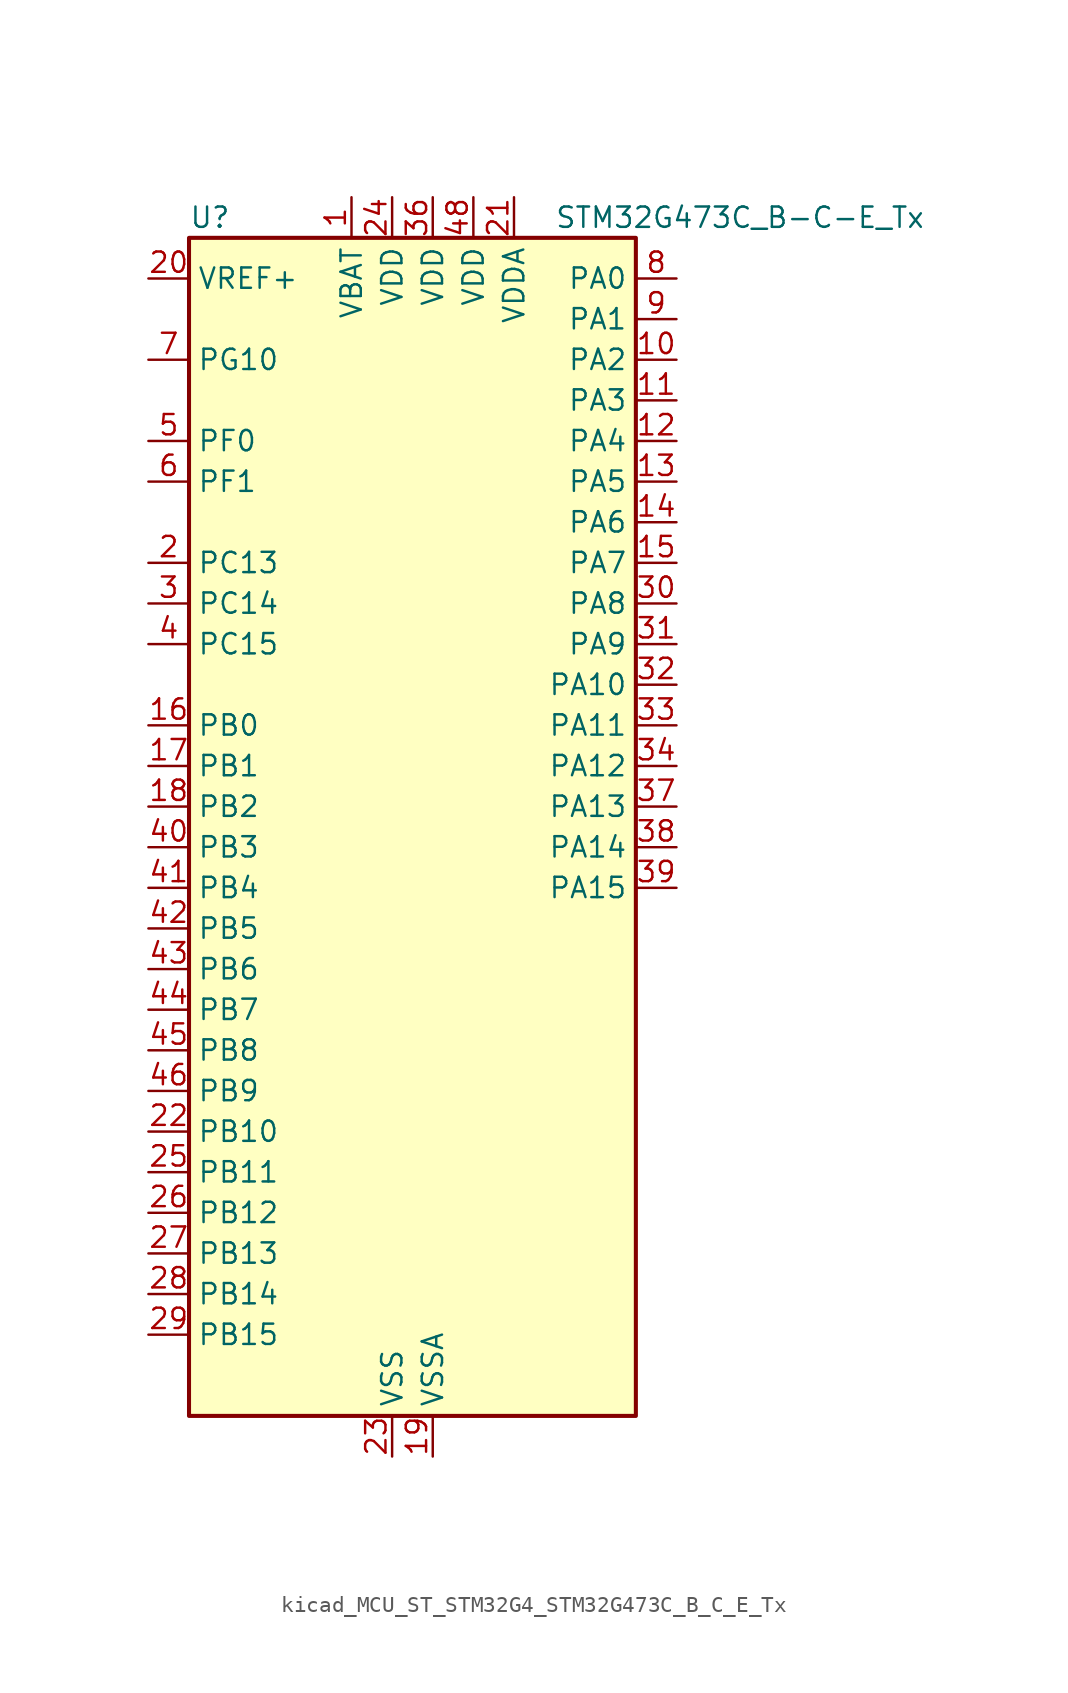
<source format=kicad_sym>
(kicad_symbol_lib
  (version 20220914)
  (generator kicad_symbol_editor)
  (symbol "kicad_MCU_ST_STM32G4_STM32G473C_B_C_E_Tx"
    (property "Reference" "U"
      (at -12.7 39.37 0)
      (effects (font (size 1.27 1.27)) (justify left)))
    (property "Value" "STM32G473C_B-C-E_Tx"
      (at 10.16 39.37 0)
      (effects (font (size 1.27 1.27)) (justify left)))
    (property "ki_locked" ""
      (at 0 0 0)
      (effects (font (size 1.27 1.27))))
    (symbol "kicad_MCU_ST_STM32G4_STM32G473C_B_C_E_Tx_0_1"
      (rectangle (start -12.7 -35.56) (end 15.24 38.1) (stroke (width 0.254) (type default)) (fill (type background))))
    (symbol "kicad_MCU_ST_STM32G4_STM32G473C_B_C_E_Tx_1_1"
      (pin power_in line (at -2.54 40.64 270) (length 2.54) (name "VBAT" (effects (font (size 1.27 1.27)))) (number "1" (effects (font (size 1.27 1.27)))))
      (pin bidirectional line (at 17.78 30.48 180) (length 2.54) (name "PA2" (effects (font (size 1.27 1.27)))) (number "10" (effects (font (size 1.27 1.27)))) (alternate "ADC1_IN3" bidirectional line) (alternate "ADC3_EXTI2" bidirectional line) (alternate "ADC4_EXTI2" bidirectional line) (alternate "ADC5_EXTI2" bidirectional line) (alternate "COMP2_INM" bidirectional line) (alternate "COMP2_OUT" bidirectional line) (alternate "LPUART1_TX" bidirectional line) (alternate "OPAMP1_VOUT" bidirectional line) (alternate "QUADSPI1_BK1_NCS" bidirectional line) (alternate "RCC_LSCO" bidirectional line) (alternate "SYS_WKUP4" bidirectional line) (alternate "TIM15_CH1" bidirectional line) (alternate "TIM2_CH3" bidirectional line) (alternate "TIM5_CH3" bidirectional line) (alternate "UCPD1_FRSTX1" bidirectional line) (alternate "UCPD1_FRSTX2" bidirectional line) (alternate "USART2_TX" bidirectional line))
      (pin bidirectional line (at 17.78 27.94 180) (length 2.54) (name "PA3" (effects (font (size 1.27 1.27)))) (number "11" (effects (font (size 1.27 1.27)))) (alternate "ADC1_IN4" bidirectional line) (alternate "ADC3_EXTI3" bidirectional line) (alternate "ADC4_EXTI3" bidirectional line) (alternate "ADC5_EXTI3" bidirectional line) (alternate "COMP2_INP" bidirectional line) (alternate "LPUART1_RX" bidirectional line) (alternate "OPAMP1_VINM" bidirectional line) (alternate "OPAMP1_VINM0" bidirectional line) (alternate "OPAMP1_VINM_SEC" bidirectional line) (alternate "OPAMP1_VINP" bidirectional line) (alternate "OPAMP1_VINP_SEC" bidirectional line) (alternate "OPAMP5_VINM" bidirectional line) (alternate "OPAMP5_VINM1" bidirectional line) (alternate "OPAMP5_VINM_SEC" bidirectional line) (alternate "QUADSPI1_CLK" bidirectional line) (alternate "SAI1_CK1" bidirectional line) (alternate "SAI1_MCLK_A" bidirectional line) (alternate "TIM15_CH2" bidirectional line) (alternate "TIM2_CH4" bidirectional line) (alternate "TIM5_CH4" bidirectional line) (alternate "USART2_RX" bidirectional line))
      (pin bidirectional line (at 17.78 25.4 180) (length 2.54) (name "PA4" (effects (font (size 1.27 1.27)))) (number "12" (effects (font (size 1.27 1.27)))) (alternate "ADC2_IN17" bidirectional line) (alternate "COMP1_INM" bidirectional line) (alternate "DAC1_OUT1" bidirectional line) (alternate "I2S3_WS" bidirectional line) (alternate "SAI1_FS_B" bidirectional line) (alternate "SPI1_NSS" bidirectional line) (alternate "SPI3_NSS" bidirectional line) (alternate "TIM3_CH2" bidirectional line) (alternate "USART2_CK" bidirectional line))
      (pin bidirectional line (at 17.78 22.86 180) (length 2.54) (name "PA5" (effects (font (size 1.27 1.27)))) (number "13" (effects (font (size 1.27 1.27)))) (alternate "ADC2_IN13" bidirectional line) (alternate "COMP2_INM" bidirectional line) (alternate "DAC1_OUT2" bidirectional line) (alternate "OPAMP2_VINM" bidirectional line) (alternate "OPAMP2_VINM0" bidirectional line) (alternate "OPAMP2_VINM_SEC" bidirectional line) (alternate "SPI1_SCK" bidirectional line) (alternate "TIM2_CH1" bidirectional line) (alternate "TIM2_ETR" bidirectional line) (alternate "UCPD1_FRSTX1" bidirectional line) (alternate "UCPD1_FRSTX2" bidirectional line))
      (pin bidirectional line (at 17.78 20.32 180) (length 2.54) (name "PA6" (effects (font (size 1.27 1.27)))) (number "14" (effects (font (size 1.27 1.27)))) (alternate "ADC2_IN3" bidirectional line) (alternate "COMP1_OUT" bidirectional line) (alternate "DAC2_OUT1" bidirectional line) (alternate "LPUART1_CTS" bidirectional line) (alternate "OPAMP2_VOUT" bidirectional line) (alternate "QUADSPI1_BK1_IO3" bidirectional line) (alternate "SPI1_MISO" bidirectional line) (alternate "TIM16_CH1" bidirectional line) (alternate "TIM1_BKIN" bidirectional line) (alternate "TIM3_CH1" bidirectional line) (alternate "TIM8_BKIN" bidirectional line))
      (pin bidirectional line (at 17.78 17.78 180) (length 2.54) (name "PA7" (effects (font (size 1.27 1.27)))) (number "15" (effects (font (size 1.27 1.27)))) (alternate "ADC2_IN4" bidirectional line) (alternate "COMP2_INP" bidirectional line) (alternate "COMP2_OUT" bidirectional line) (alternate "OPAMP1_VINP" bidirectional line) (alternate "OPAMP1_VINP_SEC" bidirectional line) (alternate "OPAMP2_VINP" bidirectional line) (alternate "OPAMP2_VINP_SEC" bidirectional line) (alternate "QUADSPI1_BK1_IO2" bidirectional line) (alternate "SPI1_MOSI" bidirectional line) (alternate "TIM17_CH1" bidirectional line) (alternate "TIM1_CH1N" bidirectional line) (alternate "TIM3_CH2" bidirectional line) (alternate "TIM8_CH1N" bidirectional line) (alternate "UCPD1_FRSTX1" bidirectional line) (alternate "UCPD1_FRSTX2" bidirectional line))
      (pin bidirectional line (at -15.24 7.62 0) (length 2.54) (name "PB0" (effects (font (size 1.27 1.27)))) (number "16" (effects (font (size 1.27 1.27)))) (alternate "ADC1_IN15" bidirectional line) (alternate "ADC3_IN12" bidirectional line) (alternate "COMP4_INP" bidirectional line) (alternate "OPAMP2_VINP" bidirectional line) (alternate "OPAMP2_VINP_SEC" bidirectional line) (alternate "OPAMP3_VINP" bidirectional line) (alternate "OPAMP3_VINP_SEC" bidirectional line) (alternate "QUADSPI1_BK1_IO1" bidirectional line) (alternate "TIM1_CH2N" bidirectional line) (alternate "TIM3_CH3" bidirectional line) (alternate "TIM8_CH2N" bidirectional line) (alternate "UCPD1_FRSTX1" bidirectional line) (alternate "UCPD1_FRSTX2" bidirectional line))
      (pin bidirectional line (at -15.24 5.08 0) (length 2.54) (name "PB1" (effects (font (size 1.27 1.27)))) (number "17" (effects (font (size 1.27 1.27)))) (alternate "ADC1_IN12" bidirectional line) (alternate "ADC3_IN1" bidirectional line) (alternate "COMP1_INP" bidirectional line) (alternate "COMP4_OUT" bidirectional line) (alternate "LPUART1_DE" bidirectional line) (alternate "LPUART1_RTS" bidirectional line) (alternate "OPAMP3_VOUT" bidirectional line) (alternate "OPAMP6_VINM" bidirectional line) (alternate "OPAMP6_VINM1" bidirectional line) (alternate "OPAMP6_VINM_SEC" bidirectional line) (alternate "QUADSPI1_BK1_IO0" bidirectional line) (alternate "TIM1_CH3N" bidirectional line) (alternate "TIM3_CH4" bidirectional line) (alternate "TIM8_CH3N" bidirectional line))
      (pin bidirectional line (at -15.24 2.54 0) (length 2.54) (name "PB2" (effects (font (size 1.27 1.27)))) (number "18" (effects (font (size 1.27 1.27)))) (alternate "ADC2_IN12" bidirectional line) (alternate "ADC3_EXTI2" bidirectional line) (alternate "ADC4_EXTI2" bidirectional line) (alternate "ADC5_EXTI2" bidirectional line) (alternate "COMP4_INM" bidirectional line) (alternate "I2C3_SMBA" bidirectional line) (alternate "LPTIM1_OUT" bidirectional line) (alternate "OPAMP3_VINM" bidirectional line) (alternate "OPAMP3_VINM0" bidirectional line) (alternate "OPAMP3_VINM_SEC" bidirectional line) (alternate "QUADSPI1_BK2_IO1" bidirectional line) (alternate "RTC_OUT2" bidirectional line) (alternate "TIM20_CH1" bidirectional line) (alternate "TIM5_CH1" bidirectional line))
      (pin power_in line (at 2.54 -38.1 90) (length 2.54) (name "VSSA" (effects (font (size 1.27 1.27)))) (number "19" (effects (font (size 1.27 1.27)))))
      (pin bidirectional line (at -15.24 17.78 0) (length 2.54) (name "PC13" (effects (font (size 1.27 1.27)))) (number "2" (effects (font (size 1.27 1.27)))) (alternate "RTC_OUT1" bidirectional line) (alternate "RTC_TAMP1" bidirectional line) (alternate "RTC_TS" bidirectional line) (alternate "SYS_WKUP2" bidirectional line) (alternate "TIM1_BKIN" bidirectional line) (alternate "TIM1_CH1N" bidirectional line) (alternate "TIM8_CH4N" bidirectional line))
      (pin input line (at -15.24 35.56 0) (length 2.54) (name "VREF+" (effects (font (size 1.27 1.27)))) (number "20" (effects (font (size 1.27 1.27)))) (alternate "VREFBUF_OUT" bidirectional line))
      (pin power_in line (at 7.62 40.64 270) (length 2.54) (name "VDDA" (effects (font (size 1.27 1.27)))) (number "21" (effects (font (size 1.27 1.27)))))
      (pin bidirectional line (at -15.24 -17.78 0) (length 2.54) (name "PB10" (effects (font (size 1.27 1.27)))) (number "22" (effects (font (size 1.27 1.27)))) (alternate "COMP5_INM" bidirectional line) (alternate "DAC1_EXTI10" bidirectional line) (alternate "DAC2_EXTI10" bidirectional line) (alternate "DAC3_EXTI10" bidirectional line) (alternate "DAC4_EXTI10" bidirectional line) (alternate "LPUART1_RX" bidirectional line) (alternate "OPAMP3_VINM" bidirectional line) (alternate "OPAMP3_VINM1" bidirectional line) (alternate "OPAMP3_VINM_SEC" bidirectional line) (alternate "OPAMP4_VINM" bidirectional line) (alternate "OPAMP4_VINM0" bidirectional line) (alternate "OPAMP4_VINM_SEC" bidirectional line) (alternate "QUADSPI1_CLK" bidirectional line) (alternate "SAI1_SCK_A" bidirectional line) (alternate "TIM1_BKIN" bidirectional line) (alternate "TIM2_CH3" bidirectional line) (alternate "USART3_TX" bidirectional line))
      (pin power_in line (at 0 -38.1 90) (length 2.54) (name "VSS" (effects (font (size 1.27 1.27)))) (number "23" (effects (font (size 1.27 1.27)))))
      (pin power_in line (at 0 40.64 270) (length 2.54) (name "VDD" (effects (font (size 1.27 1.27)))) (number "24" (effects (font (size 1.27 1.27)))))
      (pin bidirectional line (at -15.24 -20.32 0) (length 2.54) (name "PB11" (effects (font (size 1.27 1.27)))) (number "25" (effects (font (size 1.27 1.27)))) (alternate "ADC1_EXTI11" bidirectional line) (alternate "ADC1_IN14" bidirectional line) (alternate "ADC2_EXTI11" bidirectional line) (alternate "ADC2_IN14" bidirectional line) (alternate "COMP6_INP" bidirectional line) (alternate "LPUART1_TX" bidirectional line) (alternate "OPAMP4_VINP" bidirectional line) (alternate "OPAMP4_VINP_SEC" bidirectional line) (alternate "OPAMP6_VOUT" bidirectional line) (alternate "QUADSPI1_BK1_NCS" bidirectional line) (alternate "TIM2_CH4" bidirectional line) (alternate "USART3_RX" bidirectional line))
      (pin bidirectional line (at -15.24 -22.86 0) (length 2.54) (name "PB12" (effects (font (size 1.27 1.27)))) (number "26" (effects (font (size 1.27 1.27)))) (alternate "ADC1_IN11" bidirectional line) (alternate "ADC4_IN3" bidirectional line) (alternate "COMP7_INM" bidirectional line) (alternate "FDCAN2_RX" bidirectional line) (alternate "I2C2_SMBA" bidirectional line) (alternate "I2S2_WS" bidirectional line) (alternate "LPUART1_DE" bidirectional line) (alternate "LPUART1_RTS" bidirectional line) (alternate "OPAMP4_VOUT" bidirectional line) (alternate "OPAMP6_VINP" bidirectional line) (alternate "OPAMP6_VINP_SEC" bidirectional line) (alternate "SPI2_NSS" bidirectional line) (alternate "TIM1_BKIN" bidirectional line) (alternate "TIM5_ETR" bidirectional line) (alternate "USART3_CK" bidirectional line))
      (pin bidirectional line (at -15.24 -25.4 0) (length 2.54) (name "PB13" (effects (font (size 1.27 1.27)))) (number "27" (effects (font (size 1.27 1.27)))) (alternate "ADC3_IN5" bidirectional line) (alternate "COMP5_INP" bidirectional line) (alternate "FDCAN2_TX" bidirectional line) (alternate "I2S2_CK" bidirectional line) (alternate "LPUART1_CTS" bidirectional line) (alternate "OPAMP3_VINP" bidirectional line) (alternate "OPAMP3_VINP_SEC" bidirectional line) (alternate "OPAMP4_VINP" bidirectional line) (alternate "OPAMP4_VINP_SEC" bidirectional line) (alternate "OPAMP6_VINP" bidirectional line) (alternate "OPAMP6_VINP_SEC" bidirectional line) (alternate "SPI2_SCK" bidirectional line) (alternate "TIM1_CH1N" bidirectional line) (alternate "USART3_CTS" bidirectional line) (alternate "USART3_NSS" bidirectional line))
      (pin bidirectional line (at -15.24 -27.94 0) (length 2.54) (name "PB14" (effects (font (size 1.27 1.27)))) (number "28" (effects (font (size 1.27 1.27)))) (alternate "ADC1_IN5" bidirectional line) (alternate "ADC4_IN4" bidirectional line) (alternate "COMP4_OUT" bidirectional line) (alternate "COMP7_INP" bidirectional line) (alternate "OPAMP2_VINP" bidirectional line) (alternate "OPAMP2_VINP_SEC" bidirectional line) (alternate "OPAMP5_VINP" bidirectional line) (alternate "OPAMP5_VINP_SEC" bidirectional line) (alternate "SPI2_MISO" bidirectional line) (alternate "TIM15_CH1" bidirectional line) (alternate "TIM1_CH2N" bidirectional line) (alternate "USART3_DE" bidirectional line) (alternate "USART3_RTS" bidirectional line))
      (pin bidirectional line (at -15.24 -30.48 0) (length 2.54) (name "PB15" (effects (font (size 1.27 1.27)))) (number "29" (effects (font (size 1.27 1.27)))) (alternate "ADC1_EXTI15" bidirectional line) (alternate "ADC2_EXTI15" bidirectional line) (alternate "ADC2_IN15" bidirectional line) (alternate "ADC4_IN5" bidirectional line) (alternate "COMP3_OUT" bidirectional line) (alternate "COMP6_INM" bidirectional line) (alternate "I2S2_SD" bidirectional line) (alternate "OPAMP5_VINM" bidirectional line) (alternate "OPAMP5_VINM0" bidirectional line) (alternate "OPAMP5_VINM_SEC" bidirectional line) (alternate "RTC_REFIN" bidirectional line) (alternate "SPI2_MOSI" bidirectional line) (alternate "TIM15_CH1N" bidirectional line) (alternate "TIM15_CH2" bidirectional line) (alternate "TIM1_CH3N" bidirectional line))
      (pin bidirectional line (at -15.24 15.24 0) (length 2.54) (name "PC14" (effects (font (size 1.27 1.27)))) (number "3" (effects (font (size 1.27 1.27)))) (alternate "RCC_OSC32_IN" bidirectional line))
      (pin bidirectional line (at 17.78 15.24 180) (length 2.54) (name "PA8" (effects (font (size 1.27 1.27)))) (number "30" (effects (font (size 1.27 1.27)))) (alternate "ADC5_IN1" bidirectional line) (alternate "COMP7_OUT" bidirectional line) (alternate "FDCAN3_RX" bidirectional line) (alternate "I2C2_SDA" bidirectional line) (alternate "I2C3_SCL" bidirectional line) (alternate "I2S2_MCK" bidirectional line) (alternate "OPAMP5_VOUT" bidirectional line) (alternate "RCC_MCO" bidirectional line) (alternate "SAI1_CK2" bidirectional line) (alternate "SAI1_SCK_A" bidirectional line) (alternate "TIM1_CH1" bidirectional line) (alternate "TIM4_ETR" bidirectional line) (alternate "USART1_CK" bidirectional line))
      (pin bidirectional line (at 17.78 12.7 180) (length 2.54) (name "PA9" (effects (font (size 1.27 1.27)))) (number "31" (effects (font (size 1.27 1.27)))) (alternate "ADC5_IN2" bidirectional line) (alternate "COMP5_OUT" bidirectional line) (alternate "DAC1_EXTI9" bidirectional line) (alternate "DAC2_EXTI9" bidirectional line) (alternate "DAC3_EXTI9" bidirectional line) (alternate "DAC4_EXTI9" bidirectional line) (alternate "I2C2_SCL" bidirectional line) (alternate "I2C3_SMBA" bidirectional line) (alternate "I2S3_MCK" bidirectional line) (alternate "SAI1_FS_A" bidirectional line) (alternate "TIM15_BKIN" bidirectional line) (alternate "TIM1_CH2" bidirectional line) (alternate "TIM2_CH3" bidirectional line) (alternate "UCPD1_DBCC1" bidirectional line) (alternate "USART1_TX" bidirectional line))
      (pin bidirectional line (at 17.78 10.16 180) (length 2.54) (name "PA10" (effects (font (size 1.27 1.27)))) (number "32" (effects (font (size 1.27 1.27)))) (alternate "COMP6_OUT" bidirectional line) (alternate "CRS_SYNC" bidirectional line) (alternate "DAC1_EXTI10" bidirectional line) (alternate "DAC2_EXTI10" bidirectional line) (alternate "DAC3_EXTI10" bidirectional line) (alternate "DAC4_EXTI10" bidirectional line) (alternate "I2C2_SMBA" bidirectional line) (alternate "SAI1_D1" bidirectional line) (alternate "SAI1_SD_A" bidirectional line) (alternate "SPI2_MISO" bidirectional line) (alternate "TIM17_BKIN" bidirectional line) (alternate "TIM1_CH3" bidirectional line) (alternate "TIM2_CH4" bidirectional line) (alternate "TIM8_BKIN" bidirectional line) (alternate "UCPD1_DBCC2" bidirectional line) (alternate "USART1_RX" bidirectional line))
      (pin bidirectional line (at 17.78 7.62 180) (length 2.54) (name "PA11" (effects (font (size 1.27 1.27)))) (number "33" (effects (font (size 1.27 1.27)))) (alternate "ADC1_EXTI11" bidirectional line) (alternate "ADC2_EXTI11" bidirectional line) (alternate "COMP1_OUT" bidirectional line) (alternate "FDCAN1_RX" bidirectional line) (alternate "I2S2_SD" bidirectional line) (alternate "SPI2_MOSI" bidirectional line) (alternate "TIM1_BKIN2" bidirectional line) (alternate "TIM1_CH1N" bidirectional line) (alternate "TIM1_CH4" bidirectional line) (alternate "TIM4_CH1" bidirectional line) (alternate "USART1_CTS" bidirectional line) (alternate "USART1_NSS" bidirectional line) (alternate "USB_DM" bidirectional line))
      (pin bidirectional line (at 17.78 5.08 180) (length 2.54) (name "PA12" (effects (font (size 1.27 1.27)))) (number "34" (effects (font (size 1.27 1.27)))) (alternate "COMP2_OUT" bidirectional line) (alternate "FDCAN1_TX" bidirectional line) (alternate "I2S_CKIN" bidirectional line) (alternate "TIM16_CH1" bidirectional line) (alternate "TIM1_CH2N" bidirectional line) (alternate "TIM1_ETR" bidirectional line) (alternate "TIM4_CH2" bidirectional line) (alternate "USART1_DE" bidirectional line) (alternate "USART1_RTS" bidirectional line) (alternate "USB_DP" bidirectional line))
      (pin passive line (at 0 -38.1 90) (length 2.54) hide (name "VSS" (effects (font (size 1.27 1.27)))) (number "35" (effects (font (size 1.27 1.27)))))
      (pin power_in line (at 2.54 40.64 270) (length 2.54) (name "VDD" (effects (font (size 1.27 1.27)))) (number "36" (effects (font (size 1.27 1.27)))))
      (pin bidirectional line (at 17.78 2.54 180) (length 2.54) (name "PA13" (effects (font (size 1.27 1.27)))) (number "37" (effects (font (size 1.27 1.27)))) (alternate "I2C1_SCL" bidirectional line) (alternate "I2C4_SCL" bidirectional line) (alternate "IR_OUT" bidirectional line) (alternate "SAI1_SD_B" bidirectional line) (alternate "SYS_JTMS-SWDIO" bidirectional line) (alternate "TIM16_CH1N" bidirectional line) (alternate "TIM4_CH3" bidirectional line) (alternate "USART3_CTS" bidirectional line) (alternate "USART3_NSS" bidirectional line))
      (pin bidirectional line (at 17.78 0 180) (length 2.54) (name "PA14" (effects (font (size 1.27 1.27)))) (number "38" (effects (font (size 1.27 1.27)))) (alternate "I2C1_SDA" bidirectional line) (alternate "I2C4_SMBA" bidirectional line) (alternate "LPTIM1_OUT" bidirectional line) (alternate "SAI1_FS_B" bidirectional line) (alternate "SYS_JTCK-SWCLK" bidirectional line) (alternate "TIM1_BKIN" bidirectional line) (alternate "TIM8_CH2" bidirectional line) (alternate "USART2_TX" bidirectional line))
      (pin bidirectional line (at 17.78 -2.54 180) (length 2.54) (name "PA15" (effects (font (size 1.27 1.27)))) (number "39" (effects (font (size 1.27 1.27)))) (alternate "ADC1_EXTI15" bidirectional line) (alternate "ADC2_EXTI15" bidirectional line) (alternate "FDCAN3_TX" bidirectional line) (alternate "I2C1_SCL" bidirectional line) (alternate "I2S3_WS" bidirectional line) (alternate "SPI1_NSS" bidirectional line) (alternate "SPI3_NSS" bidirectional line) (alternate "SYS_JTDI" bidirectional line) (alternate "TIM1_BKIN" bidirectional line) (alternate "TIM2_CH1" bidirectional line) (alternate "TIM2_ETR" bidirectional line) (alternate "TIM8_CH1" bidirectional line) (alternate "USART2_RX" bidirectional line))
      (pin bidirectional line (at -15.24 12.7 0) (length 2.54) (name "PC15" (effects (font (size 1.27 1.27)))) (number "4" (effects (font (size 1.27 1.27)))) (alternate "ADC1_EXTI15" bidirectional line) (alternate "ADC2_EXTI15" bidirectional line) (alternate "RCC_OSC32_OUT" bidirectional line))
      (pin bidirectional line (at -15.24 0 0) (length 2.54) (name "PB3" (effects (font (size 1.27 1.27)))) (number "40" (effects (font (size 1.27 1.27)))) (alternate "ADC3_EXTI3" bidirectional line) (alternate "ADC4_EXTI3" bidirectional line) (alternate "ADC5_EXTI3" bidirectional line) (alternate "CRS_SYNC" bidirectional line) (alternate "FDCAN3_RX" bidirectional line) (alternate "I2S3_CK" bidirectional line) (alternate "SAI1_SCK_B" bidirectional line) (alternate "SPI1_SCK" bidirectional line) (alternate "SPI3_SCK" bidirectional line) (alternate "SYS_JTDO-SWO" bidirectional line) (alternate "TIM2_CH2" bidirectional line) (alternate "TIM3_ETR" bidirectional line) (alternate "TIM4_ETR" bidirectional line) (alternate "TIM8_CH1N" bidirectional line) (alternate "USART2_TX" bidirectional line))
      (pin bidirectional line (at -15.24 -2.54 0) (length 2.54) (name "PB4" (effects (font (size 1.27 1.27)))) (number "41" (effects (font (size 1.27 1.27)))) (alternate "FDCAN3_TX" bidirectional line) (alternate "SAI1_MCLK_B" bidirectional line) (alternate "SPI1_MISO" bidirectional line) (alternate "SPI3_MISO" bidirectional line) (alternate "SYS_JTRST" bidirectional line) (alternate "TIM16_CH1" bidirectional line) (alternate "TIM17_BKIN" bidirectional line) (alternate "TIM3_CH1" bidirectional line) (alternate "TIM8_CH2N" bidirectional line) (alternate "UCPD1_CC2" bidirectional line) (alternate "USART2_RX" bidirectional line))
      (pin bidirectional line (at -15.24 -5.08 0) (length 2.54) (name "PB5" (effects (font (size 1.27 1.27)))) (number "42" (effects (font (size 1.27 1.27)))) (alternate "FDCAN2_RX" bidirectional line) (alternate "I2C1_SMBA" bidirectional line) (alternate "I2C3_SDA" bidirectional line) (alternate "I2S3_SD" bidirectional line) (alternate "LPTIM1_IN1" bidirectional line) (alternate "SAI1_SD_B" bidirectional line) (alternate "SPI1_MOSI" bidirectional line) (alternate "SPI3_MOSI" bidirectional line) (alternate "TIM16_BKIN" bidirectional line) (alternate "TIM17_CH1" bidirectional line) (alternate "TIM3_CH2" bidirectional line) (alternate "TIM8_CH3N" bidirectional line) (alternate "USART2_CK" bidirectional line))
      (pin bidirectional line (at -15.24 -7.62 0) (length 2.54) (name "PB6" (effects (font (size 1.27 1.27)))) (number "43" (effects (font (size 1.27 1.27)))) (alternate "COMP4_OUT" bidirectional line) (alternate "FDCAN2_TX" bidirectional line) (alternate "LPTIM1_ETR" bidirectional line) (alternate "SAI1_FS_B" bidirectional line) (alternate "TIM16_CH1N" bidirectional line) (alternate "TIM4_CH1" bidirectional line) (alternate "TIM8_BKIN2" bidirectional line) (alternate "TIM8_CH1" bidirectional line) (alternate "TIM8_ETR" bidirectional line) (alternate "UCPD1_CC1" bidirectional line) (alternate "USART1_TX" bidirectional line))
      (pin bidirectional line (at -15.24 -10.16 0) (length 2.54) (name "PB7" (effects (font (size 1.27 1.27)))) (number "44" (effects (font (size 1.27 1.27)))) (alternate "COMP3_OUT" bidirectional line) (alternate "I2C1_SDA" bidirectional line) (alternate "I2C4_SDA" bidirectional line) (alternate "LPTIM1_IN2" bidirectional line) (alternate "SYS_PVD_IN" bidirectional line) (alternate "TIM17_CH1N" bidirectional line) (alternate "TIM3_CH4" bidirectional line) (alternate "TIM4_CH2" bidirectional line) (alternate "TIM8_BKIN" bidirectional line) (alternate "USART1_RX" bidirectional line))
      (pin bidirectional line (at -15.24 -12.7 0) (length 2.54) (name "PB8" (effects (font (size 1.27 1.27)))) (number "45" (effects (font (size 1.27 1.27)))) (alternate "COMP1_OUT" bidirectional line) (alternate "FDCAN1_RX" bidirectional line) (alternate "I2C1_SCL" bidirectional line) (alternate "SAI1_CK1" bidirectional line) (alternate "SAI1_MCLK_A" bidirectional line) (alternate "TIM16_CH1" bidirectional line) (alternate "TIM1_BKIN" bidirectional line) (alternate "TIM4_CH3" bidirectional line) (alternate "TIM8_CH2" bidirectional line) (alternate "USART3_RX" bidirectional line))
      (pin bidirectional line (at -15.24 -15.24 0) (length 2.54) (name "PB9" (effects (font (size 1.27 1.27)))) (number "46" (effects (font (size 1.27 1.27)))) (alternate "COMP2_OUT" bidirectional line) (alternate "DAC1_EXTI9" bidirectional line) (alternate "DAC2_EXTI9" bidirectional line) (alternate "DAC3_EXTI9" bidirectional line) (alternate "DAC4_EXTI9" bidirectional line) (alternate "FDCAN1_TX" bidirectional line) (alternate "I2C1_SDA" bidirectional line) (alternate "IR_OUT" bidirectional line) (alternate "SAI1_D2" bidirectional line) (alternate "SAI1_FS_A" bidirectional line) (alternate "TIM17_CH1" bidirectional line) (alternate "TIM1_CH3N" bidirectional line) (alternate "TIM4_CH4" bidirectional line) (alternate "TIM8_CH3" bidirectional line) (alternate "USART3_TX" bidirectional line))
      (pin passive line (at 0 -38.1 90) (length 2.54) hide (name "VSS" (effects (font (size 1.27 1.27)))) (number "47" (effects (font (size 1.27 1.27)))))
      (pin power_in line (at 5.08 40.64 270) (length 2.54) (name "VDD" (effects (font (size 1.27 1.27)))) (number "48" (effects (font (size 1.27 1.27)))))
      (pin bidirectional line (at -15.24 25.4 0) (length 2.54) (name "PF0" (effects (font (size 1.27 1.27)))) (number "5" (effects (font (size 1.27 1.27)))) (alternate "ADC1_IN10" bidirectional line) (alternate "I2C2_SDA" bidirectional line) (alternate "I2S2_WS" bidirectional line) (alternate "RCC_OSC_IN" bidirectional line) (alternate "SPI2_NSS" bidirectional line) (alternate "TIM1_CH3N" bidirectional line))
      (pin bidirectional line (at -15.24 22.86 0) (length 2.54) (name "PF1" (effects (font (size 1.27 1.27)))) (number "6" (effects (font (size 1.27 1.27)))) (alternate "ADC2_IN10" bidirectional line) (alternate "COMP3_INM" bidirectional line) (alternate "I2S2_CK" bidirectional line) (alternate "RCC_OSC_OUT" bidirectional line) (alternate "SPI2_SCK" bidirectional line))
      (pin bidirectional line (at -15.24 30.48 0) (length 2.54) (name "PG10" (effects (font (size 1.27 1.27)))) (number "7" (effects (font (size 1.27 1.27)))) (alternate "DAC1_EXTI10" bidirectional line) (alternate "DAC2_EXTI10" bidirectional line) (alternate "DAC3_EXTI10" bidirectional line) (alternate "DAC4_EXTI10" bidirectional line) (alternate "RCC_MCO" bidirectional line))
      (pin bidirectional line (at 17.78 35.56 180) (length 2.54) (name "PA0" (effects (font (size 1.27 1.27)))) (number "8" (effects (font (size 1.27 1.27)))) (alternate "ADC1_IN1" bidirectional line) (alternate "ADC2_IN1" bidirectional line) (alternate "COMP1_INM" bidirectional line) (alternate "COMP1_OUT" bidirectional line) (alternate "COMP3_INP" bidirectional line) (alternate "RTC_TAMP2" bidirectional line) (alternate "SYS_WKUP1" bidirectional line) (alternate "TIM2_CH1" bidirectional line) (alternate "TIM2_ETR" bidirectional line) (alternate "TIM5_CH1" bidirectional line) (alternate "TIM8_BKIN" bidirectional line) (alternate "TIM8_ETR" bidirectional line) (alternate "USART2_CTS" bidirectional line) (alternate "USART2_NSS" bidirectional line))
      (pin bidirectional line (at 17.78 33.02 180) (length 2.54) (name "PA1" (effects (font (size 1.27 1.27)))) (number "9" (effects (font (size 1.27 1.27)))) (alternate "ADC1_IN2" bidirectional line) (alternate "ADC2_IN2" bidirectional line) (alternate "COMP1_INP" bidirectional line) (alternate "OPAMP1_VINP" bidirectional line) (alternate "OPAMP1_VINP_SEC" bidirectional line) (alternate "OPAMP3_VINP" bidirectional line) (alternate "OPAMP3_VINP_SEC" bidirectional line) (alternate "OPAMP6_VINM" bidirectional line) (alternate "OPAMP6_VINM0" bidirectional line) (alternate "OPAMP6_VINM_SEC" bidirectional line) (alternate "RTC_REFIN" bidirectional line) (alternate "TIM15_CH1N" bidirectional line) (alternate "TIM2_CH2" bidirectional line) (alternate "TIM5_CH2" bidirectional line) (alternate "USART2_DE" bidirectional line) (alternate "USART2_RTS" bidirectional line)))))
</source>
